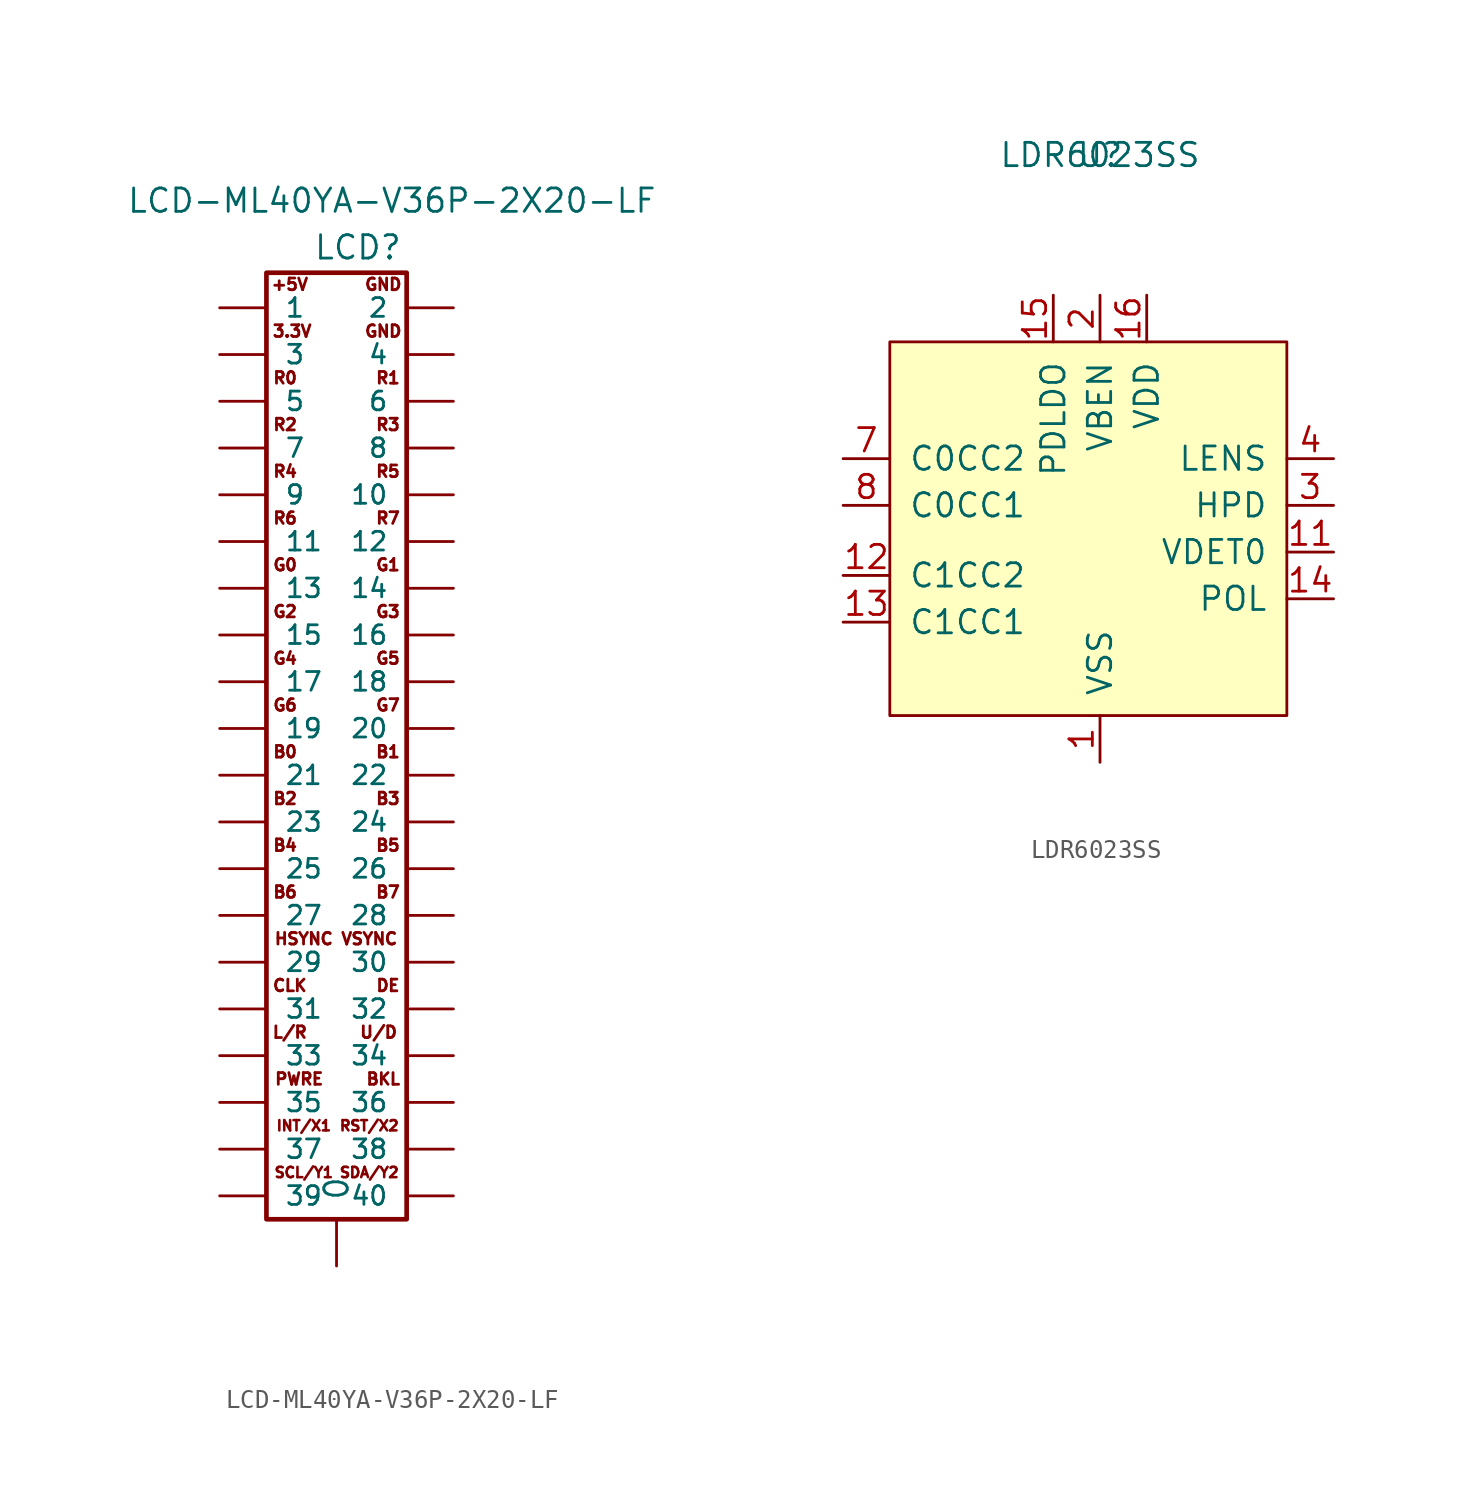
<source format=kicad_sym>
(kicad_symbol_lib
  (version 20231120)
  (generator "kicad_symbol_editor")
  (generator_version "8.0")
  (symbol "LCD-ML40YA-V36P-2X20-LF"
    (pin_numbers hide)
    (pin_names
      (offset 1.016))
    (property "Reference" "LCD"
      (at 0 25.4 0)
      (effects (font (size 1.27 1.27)) (justify left bottom)))
    (property "Value" "LCD-ML40YA-V36P-2X20-LF"
      (at -10.16 27.94 0)
      (effects (font (size 1.27 1.27)) (justify left bottom)))
    (property "Datasheet" ""
      (at 2.54 0 0)
      (effects (font (size 1.524 1.524))))
    (property "ki_locked" ""
      (at 0 0 0)
      (effects (font (size 1.27 1.27))))
    (symbol "LCD-ML40YA-V36P-2X20-LF_0_0"
      (text "+5V" (at -1.27 24.13 0) (effects (font (size 0.635 0.635))))
      (text "3.3V" (at -1.143 21.59 0) (effects (font (size 0.635 0.635))))
      (text "B0" (at -1.524 -1.27 0) (effects (font (size 0.635 0.635))))
      (text "B1" (at 4.064 -1.27 0) (effects (font (size 0.635 0.635))))
      (text "B2" (at -1.524 -3.81 0) (effects (font (size 0.635 0.635))))
      (text "B3" (at 4.064 -3.81 0) (effects (font (size 0.635 0.635))))
      (text "B4" (at -1.524 -6.35 0) (effects (font (size 0.635 0.635))))
      (text "B5" (at 4.064 -6.35 0) (effects (font (size 0.635 0.635))))
      (text "B6" (at -1.524 -8.89 0) (effects (font (size 0.635 0.635))))
      (text "B7" (at 4.064 -8.89 0) (effects (font (size 0.635 0.635))))
      (text "BKL" (at 3.81 -19.05 0) (effects (font (size 0.635 0.635))))
      (text "CLK" (at -1.27 -13.97 0) (effects (font (size 0.635 0.635))))
      (text "DE" (at 4.064 -13.97 0) (effects (font (size 0.635 0.635))))
      (text "G0" (at -1.524 8.89 0) (effects (font (size 0.635 0.635))))
      (text "G1" (at 4.064 8.89 0) (effects (font (size 0.635 0.635))))
      (text "G2" (at -1.524 6.35 0) (effects (font (size 0.635 0.635))))
      (text "G3" (at 4.064 6.35 0) (effects (font (size 0.635 0.635))))
      (text "G4" (at -1.524 3.81 0) (effects (font (size 0.635 0.635))))
      (text "G6" (at -1.524 1.27 0) (effects (font (size 0.635 0.635))))
      (text "G7" (at 4.064 1.27 0) (effects (font (size 0.635 0.635))))
      (text "GND" (at 3.81 21.59 0) (effects (font (size 0.635 0.635))))
      (text "GND" (at 3.81 24.13 0) (effects (font (size 0.635 0.635))))
      (text "HSYNC" (at -0.508 -11.43 0) (effects (font (size 0.635 0.635))))
      (text "INT/X1" (at -0.508 -21.59 0) (effects (font (size 0.559 0.559))))
      (text "L/R" (at -1.27 -16.51 0) (effects (font (size 0.635 0.635))))
      (text "PWRE" (at -0.762 -19.05 0) (effects (font (size 0.635 0.635))))
      (text "R0" (at -1.524 19.05 0) (effects (font (size 0.635 0.635))))
      (text "R1" (at 4.064 19.05 0) (effects (font (size 0.635 0.635))))
      (text "R2" (at -1.524 16.51 0) (effects (font (size 0.635 0.635))))
      (text "R3" (at 4.064 16.51 0) (effects (font (size 0.635 0.635))))
      (text "R5" (at 4.064 13.97 0) (effects (font (size 0.635 0.635))))
      (text "R6" (at -1.524 11.43 0) (effects (font (size 0.635 0.635))))
      (text "R7" (at 4.064 11.43 0) (effects (font (size 0.635 0.635))))
      (text "RST/X2" (at 3.048 -21.59 0) (effects (font (size 0.559 0.559))))
      (text "SCL/Y1" (at -0.508 -24.13 0) (effects (font (size 0.559 0.559))))
      (text "SDA/Y2" (at 3.048 -24.13 0) (effects (font (size 0.559 0.559))))
      (text "U/D" (at 3.556 -16.51 0) (effects (font (size 0.635 0.635))))
      (text "VSYNC" (at 3.048 -11.43 0) (effects (font (size 0.635 0.635)))))
    (symbol "LCD-ML40YA-V36P-2X20-LF_1_0"
      (rectangle (start 5.08 -26.67) (end -2.54 24.765) (stroke (width 0.254) (type solid)) (fill (type none)))
      (text "G5" (at 4.064 3.81 0) (effects (font (size 0.635 0.635))))
      (text "R4" (at -1.524 13.97 0) (effects (font (size 0.635 0.635)))))
    (symbol "LCD-ML40YA-V36P-2X20-LF_1_1"
      (pin passive line (at 1.27 -29.21 90) (length 2.489) (name "0" (effects (font (size 1.27 1.27)))) (number "0" (effects (font (size 1.27 1.27)))))
      (pin passive line (at -5.08 22.86 0) (length 2.489) (name "1" (effects (font (size 1.016 1.016)))) (number "1" (effects (font (size 1.016 1.016)))))
      (pin passive line (at 7.62 12.7 180) (length 2.489) (name "10" (effects (font (size 1.016 1.016)))) (number "10" (effects (font (size 1.016 1.016)))))
      (pin passive line (at -5.08 10.16 0) (length 2.489) (name "11" (effects (font (size 1.016 1.016)))) (number "11" (effects (font (size 1.016 1.016)))))
      (pin passive line (at 7.62 10.16 180) (length 2.489) (name "12" (effects (font (size 1.016 1.016)))) (number "12" (effects (font (size 1.016 1.016)))))
      (pin passive line (at -5.08 7.62 0) (length 2.489) (name "13" (effects (font (size 1.016 1.016)))) (number "13" (effects (font (size 1.016 1.016)))))
      (pin passive line (at 7.62 7.62 180) (length 2.489) (name "14" (effects (font (size 1.016 1.016)))) (number "14" (effects (font (size 1.016 1.016)))))
      (pin passive line (at -5.08 5.08 0) (length 2.489) (name "15" (effects (font (size 1.016 1.016)))) (number "15" (effects (font (size 1.016 1.016)))))
      (pin passive line (at 7.62 5.08 180) (length 2.489) (name "16" (effects (font (size 1.016 1.016)))) (number "16" (effects (font (size 1.016 1.016)))))
      (pin passive line (at -5.08 2.54 0) (length 2.489) (name "17" (effects (font (size 1.016 1.016)))) (number "17" (effects (font (size 1.016 1.016)))))
      (pin passive line (at 7.62 2.54 180) (length 2.489) (name "18" (effects (font (size 1.016 1.016)))) (number "18" (effects (font (size 1.016 1.016)))))
      (pin passive line (at -5.08 0 0) (length 2.489) (name "19" (effects (font (size 1.016 1.016)))) (number "19" (effects (font (size 1.016 1.016)))))
      (pin passive line (at 7.62 22.86 180) (length 2.489) (name "2" (effects (font (size 1.016 1.016)))) (number "2" (effects (font (size 1.016 1.016)))))
      (pin passive line (at 7.62 0 180) (length 2.489) (name "20" (effects (font (size 1.016 1.016)))) (number "20" (effects (font (size 1.016 1.016)))))
      (pin passive line (at -5.08 -2.54 0) (length 2.489) (name "21" (effects (font (size 1.016 1.016)))) (number "21" (effects (font (size 1.016 1.016)))))
      (pin passive line (at 7.62 -2.54 180) (length 2.489) (name "22" (effects (font (size 1.016 1.016)))) (number "22" (effects (font (size 1.016 1.016)))))
      (pin passive line (at -5.08 -5.08 0) (length 2.489) (name "23" (effects (font (size 1.016 1.016)))) (number "23" (effects (font (size 1.016 1.016)))))
      (pin passive line (at 7.62 -5.08 180) (length 2.489) (name "24" (effects (font (size 1.016 1.016)))) (number "24" (effects (font (size 1.016 1.016)))))
      (pin passive line (at -5.08 -7.62 0) (length 2.489) (name "25" (effects (font (size 1.016 1.016)))) (number "25" (effects (font (size 1.016 1.016)))))
      (pin passive line (at 7.62 -7.62 180) (length 2.489) (name "26" (effects (font (size 1.016 1.016)))) (number "26" (effects (font (size 1.016 1.016)))))
      (pin passive line (at -5.08 -10.16 0) (length 2.489) (name "27" (effects (font (size 1.016 1.016)))) (number "27" (effects (font (size 1.016 1.016)))))
      (pin passive line (at 7.62 -10.16 180) (length 2.489) (name "28" (effects (font (size 1.016 1.016)))) (number "28" (effects (font (size 1.016 1.016)))))
      (pin passive line (at -5.08 -12.7 0) (length 2.489) (name "29" (effects (font (size 1.016 1.016)))) (number "29" (effects (font (size 1.016 1.016)))))
      (pin passive line (at -5.08 20.32 0) (length 2.489) (name "3" (effects (font (size 1.016 1.016)))) (number "3" (effects (font (size 1.016 1.016)))))
      (pin passive line (at 7.62 -12.7 180) (length 2.489) (name "30" (effects (font (size 1.016 1.016)))) (number "30" (effects (font (size 1.016 1.016)))))
      (pin passive line (at -5.08 -15.24 0) (length 2.489) (name "31" (effects (font (size 1.016 1.016)))) (number "31" (effects (font (size 1.016 1.016)))))
      (pin passive line (at 7.62 -15.24 180) (length 2.489) (name "32" (effects (font (size 1.016 1.016)))) (number "32" (effects (font (size 1.016 1.016)))))
      (pin passive line (at -5.08 -17.78 0) (length 2.489) (name "33" (effects (font (size 1.016 1.016)))) (number "33" (effects (font (size 1.016 1.016)))))
      (pin passive line (at 7.62 -17.78 180) (length 2.489) (name "34" (effects (font (size 1.016 1.016)))) (number "34" (effects (font (size 1.016 1.016)))))
      (pin passive line (at -5.08 -20.32 0) (length 2.489) (name "35" (effects (font (size 1.016 1.016)))) (number "35" (effects (font (size 1.016 1.016)))))
      (pin passive line (at 7.62 -20.32 180) (length 2.489) (name "36" (effects (font (size 1.016 1.016)))) (number "36" (effects (font (size 1.016 1.016)))))
      (pin passive line (at -5.08 -22.86 0) (length 2.489) (name "37" (effects (font (size 1.016 1.016)))) (number "37" (effects (font (size 1.016 1.016)))))
      (pin passive line (at 7.62 -22.86 180) (length 2.489) (name "38" (effects (font (size 1.016 1.016)))) (number "38" (effects (font (size 1.016 1.016)))))
      (pin passive line (at -5.08 -25.4 0) (length 2.489) (name "39" (effects (font (size 1.016 1.016)))) (number "39" (effects (font (size 1.016 1.016)))))
      (pin passive line (at 7.62 20.32 180) (length 2.489) (name "4" (effects (font (size 1.016 1.016)))) (number "4" (effects (font (size 1.016 1.016)))))
      (pin passive line (at 7.62 -25.4 180) (length 2.489) (name "40" (effects (font (size 1.016 1.016)))) (number "40" (effects (font (size 1.016 1.016)))))
      (pin passive line (at -5.08 17.78 0) (length 2.489) (name "5" (effects (font (size 1.016 1.016)))) (number "5" (effects (font (size 1.016 1.016)))))
      (pin passive line (at 7.62 17.78 180) (length 2.489) (name "6" (effects (font (size 1.016 1.016)))) (number "6" (effects (font (size 1.016 1.016)))))
      (pin passive line (at -5.08 15.24 0) (length 2.489) (name "7" (effects (font (size 1.016 1.016)))) (number "7" (effects (font (size 1.016 1.016)))))
      (pin passive line (at 7.62 15.24 180) (length 2.489) (name "8" (effects (font (size 1.016 1.016)))) (number "8" (effects (font (size 1.016 1.016)))))
      (pin passive line (at -5.08 12.7 0) (length 2.489) (name "9" (effects (font (size 1.016 1.016)))) (number "9" (effects (font (size 1.016 1.016)))))))
  (symbol "LDR6023SS"
    (pin_names
      (offset 1.016))
    (property "Reference" "U"
      (at 0 20.32 0)
      (effects (font (size 1.27 1.27))))
    (property "Value" "LDR6023SS"
      (at 0 20.32 0)
      (effects (font (size 1.27 1.27))))
    (symbol "LDR6023SS_0_1"
      (rectangle (start -11.43 10.16) (end 10.16 -10.16) (stroke (width 0) (type solid)) (fill (type background))))
    (symbol "LDR6023SS_1_1"
      (pin input line (at 0 -12.7 90) (length 2.54) (name "VSS" (effects (font (size 1.27 1.27)))) (number "1" (effects (font (size 1.27 1.27)))))
      (pin input line (at 11.43 -6.35 0) (length 2.54) hide (name "NC" (effects (font (size 1.27 1.27)))) (number "10" (effects (font (size 1.27 1.27)))))
      (pin input line (at 12.7 -1.27 180) (length 2.54) (name "VDET0" (effects (font (size 1.27 1.27)))) (number "11" (effects (font (size 1.27 1.27)))))
      (pin input line (at -13.97 -2.54 0) (length 2.54) (name "C1CC2" (effects (font (size 1.27 1.27)))) (number "12" (effects (font (size 1.27 1.27)))))
      (pin input line (at -13.97 -5.08 0) (length 2.54) (name "C1CC1" (effects (font (size 1.27 1.27)))) (number "13" (effects (font (size 1.27 1.27)))))
      (pin input line (at 12.7 -3.81 180) (length 2.54) (name "POL" (effects (font (size 1.27 1.27)))) (number "14" (effects (font (size 1.27 1.27)))))
      (pin input line (at -2.54 12.7 270) (length 2.54) (name "PDLDO" (effects (font (size 1.27 1.27)))) (number "15" (effects (font (size 1.27 1.27)))))
      (pin input line (at 2.54 12.7 270) (length 2.54) (name "VDD" (effects (font (size 1.27 1.27)))) (number "16" (effects (font (size 1.27 1.27)))))
      (pin input line (at 0 12.7 270) (length 2.54) (name "VBEN" (effects (font (size 1.27 1.27)))) (number "2" (effects (font (size 1.27 1.27)))))
      (pin input line (at 12.7 1.27 180) (length 2.54) (name "HPD" (effects (font (size 1.27 1.27)))) (number "3" (effects (font (size 1.27 1.27)))))
      (pin input line (at 12.7 3.81 180) (length 2.54) (name "LENS" (effects (font (size 1.27 1.27)))) (number "4" (effects (font (size 1.27 1.27)))))
      (pin input line (at 11.43 -7.62 0) (length 2.54) hide (name "NC" (effects (font (size 1.27 1.27)))) (number "5" (effects (font (size 1.27 1.27)))))
      (pin input line (at 11.43 -10.16 0) (length 2.54) hide (name "NC" (effects (font (size 1.27 1.27)))) (number "6" (effects (font (size 1.27 1.27)))))
      (pin input line (at -13.97 3.81 0) (length 2.54) (name "C0CC2" (effects (font (size 1.27 1.27)))) (number "7" (effects (font (size 1.27 1.27)))))
      (pin input line (at -13.97 1.27 0) (length 2.54) (name "C0CC1" (effects (font (size 1.27 1.27)))) (number "8" (effects (font (size 1.27 1.27)))))
      (pin input line (at 11.43 -8.89 0) (length 2.54) hide (name "NC" (effects (font (size 1.27 1.27)))) (number "9" (effects (font (size 1.27 1.27))))))))
</source>
